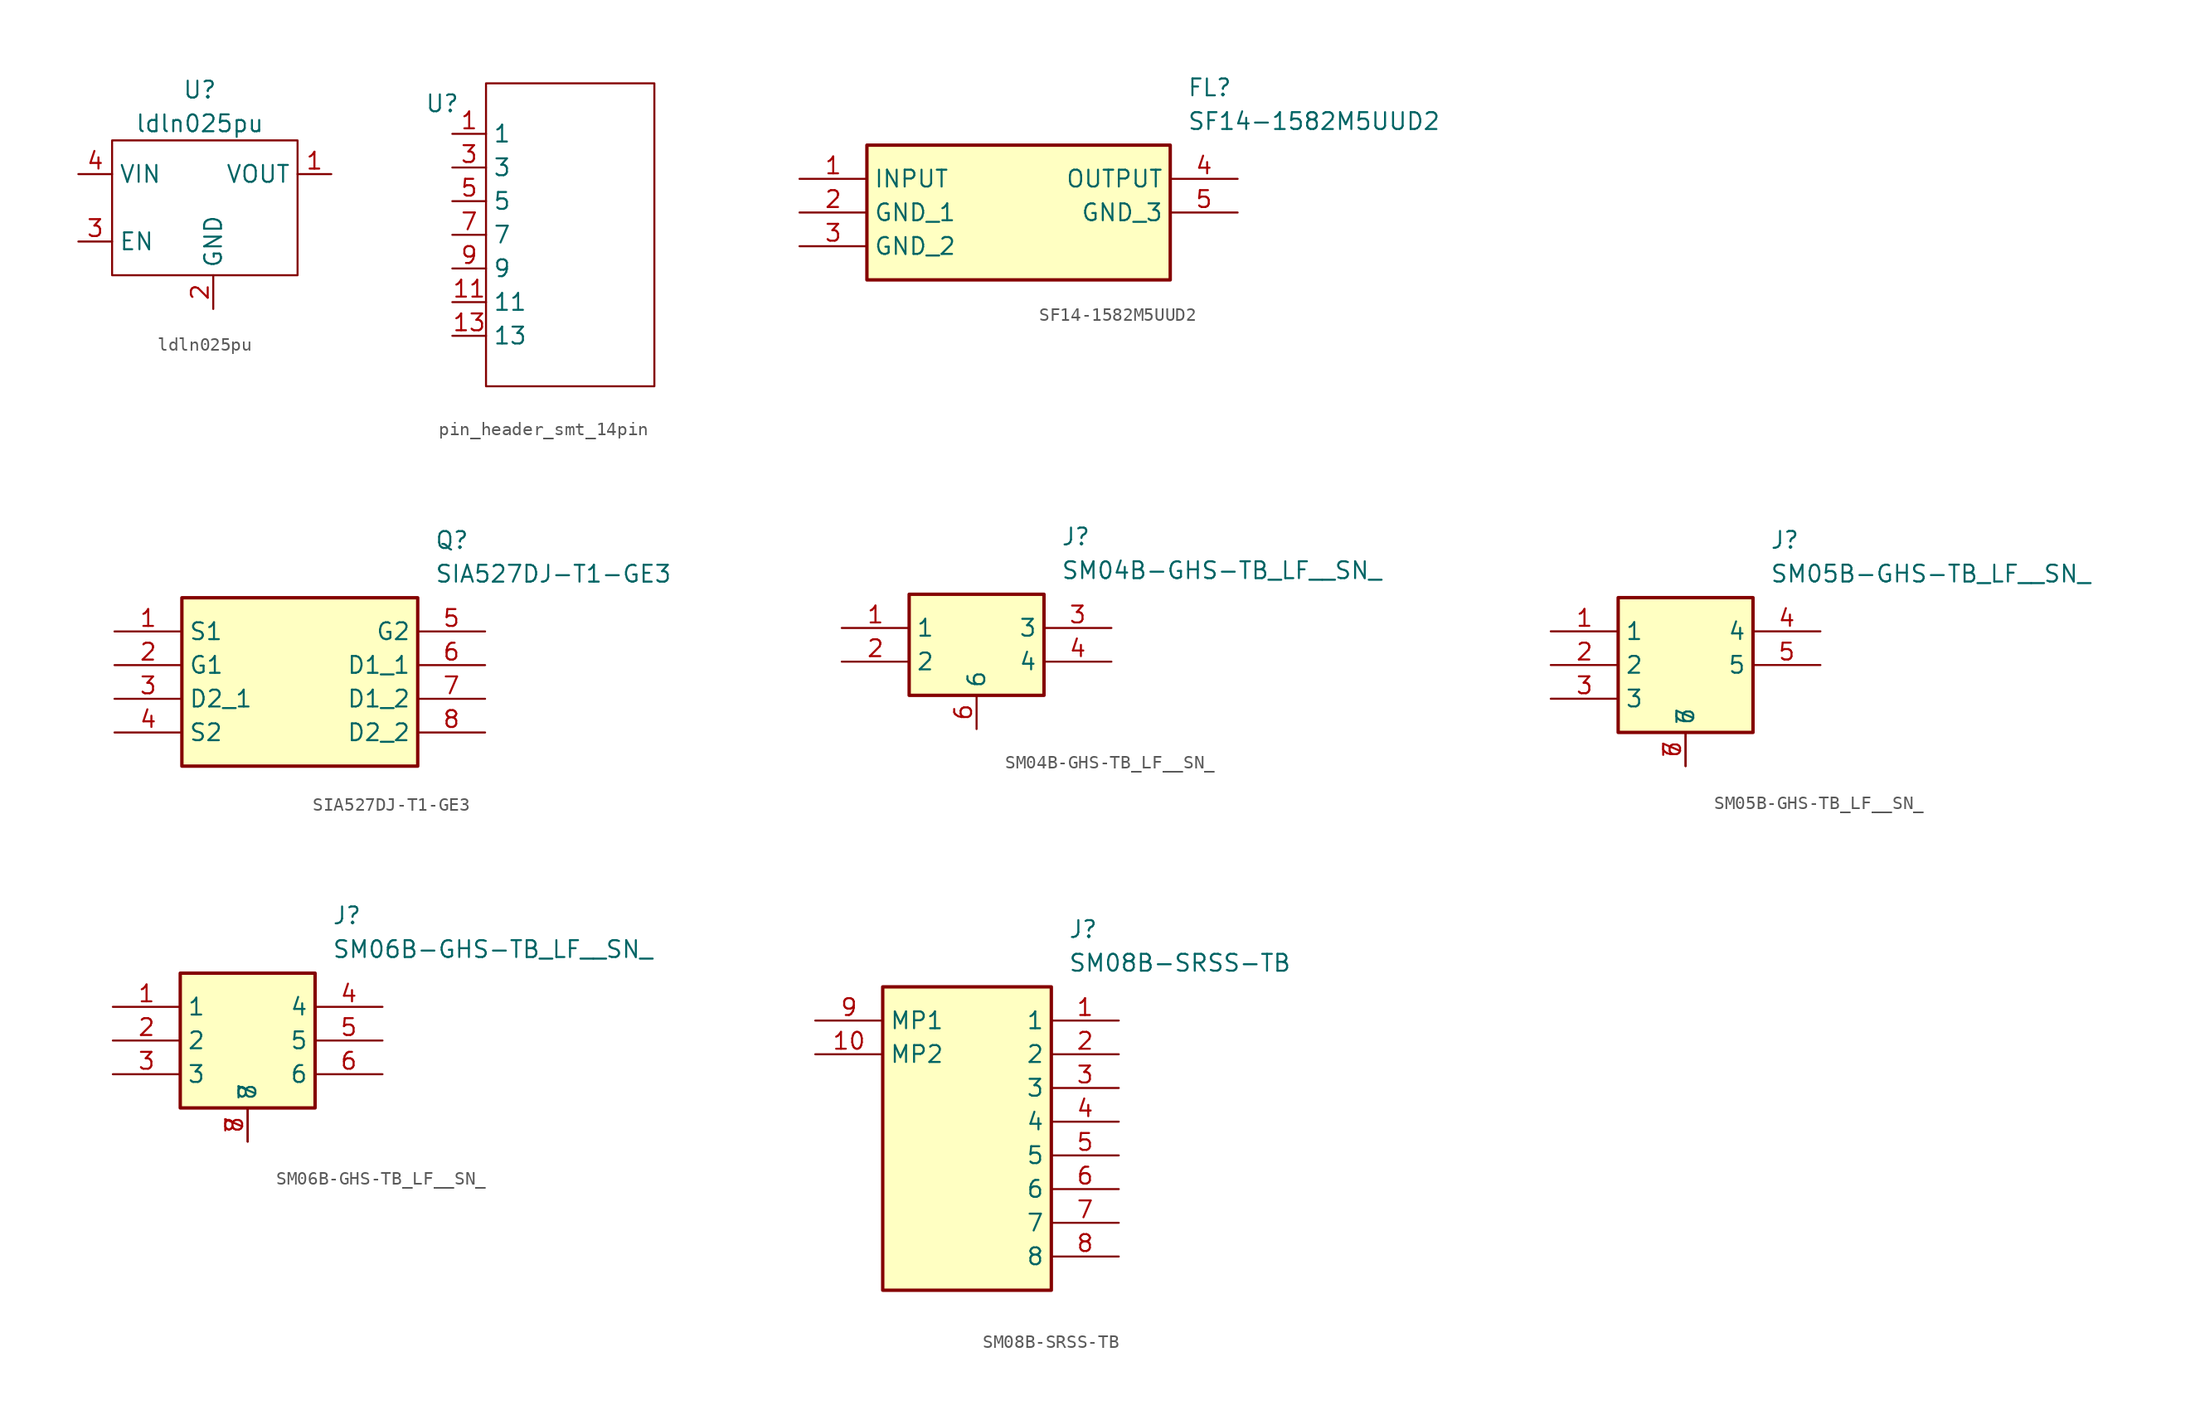
<source format=kicad_sym>
(kicad_symbol_lib
  (version 20241209)
  (generator "kicad_symbol_editor")
  (generator_version "9.0")
  (symbol "ldln025pu"
    (property "Reference" "U"
      (at 0.254 7.62 0)
      (effects (font (size 1.27 1.27))))
    (property "Value" "ldln025pu"
      (at 0.254 5.08 0)
      (effects (font (size 1.27 1.27))))
    (symbol "ldln025pu_0_1"
      (rectangle (start -6.35 3.81) (end 7.62 -6.35) (stroke (width 0) (type default)) (fill (type none))))
    (symbol "ldln025pu_1_1"
      (pin free line (at -8.89 1.27 0) (length 2.54) (name "VIN" (effects (font (size 1.27 1.27)))) (number "4" (effects (font (size 1.27 1.27)))))
      (pin free line (at -8.89 -3.81 0) (length 2.54) (name "EN" (effects (font (size 1.27 1.27)))) (number "3" (effects (font (size 1.27 1.27)))))
      (pin free line (at 1.27 -8.89 90) (length 2.54) (name "GND" (effects (font (size 1.27 1.27)))) (number "2" (effects (font (size 1.27 1.27)))))
      (pin free line (at 10.16 1.27 180) (length 2.54) (name "VOUT" (effects (font (size 1.27 1.27)))) (number "1" (effects (font (size 1.27 1.27)))))))
  (symbol "pin_header_smt_14pin"
    (property "Reference" "U"
      (at -9.652 4.826 0)
      (effects (font (size 1.27 1.27))))
    (property "Value" ""
      (at 0 0 0)
      (effects (font (size 1.27 1.27))))
    (symbol "pin_header_smt_14pin_0_1"
      (rectangle (start -6.35 6.35) (end 6.35 -16.51) (stroke (width 0) (type default)) (fill (type none))))
    (symbol "pin_header_smt_14pin_1_1"
      (pin free line (at -8.89 2.54 0) (length 2.54) (name "1" (effects (font (size 1.27 1.27)))) (number "1" (effects (font (size 1.27 1.27)))))
      (pin free line (at -8.89 2.54 0) (length 2.54) (hide yes) (name "2" (effects (font (size 1.27 1.27)))) (number "2" (effects (font (size 1.27 1.27)))))
      (pin free line (at -8.89 0 0) (length 2.54) (name "3" (effects (font (size 1.27 1.27)))) (number "3" (effects (font (size 1.27 1.27)))))
      (pin free line (at -8.89 0 0) (length 2.54) (hide yes) (name "4" (effects (font (size 1.27 1.27)))) (number "4" (effects (font (size 1.27 1.27)))))
      (pin free line (at -8.89 -2.54 0) (length 2.54) (name "5" (effects (font (size 1.27 1.27)))) (number "5" (effects (font (size 1.27 1.27)))))
      (pin free line (at -8.89 -2.54 0) (length 2.54) (hide yes) (name "6" (effects (font (size 1.27 1.27)))) (number "6" (effects (font (size 1.27 1.27)))))
      (pin free line (at -8.89 -5.08 0) (length 2.54) (name "7" (effects (font (size 1.27 1.27)))) (number "7" (effects (font (size 1.27 1.27)))))
      (pin free line (at -8.89 -5.08 0) (length 2.54) (hide yes) (name "8" (effects (font (size 1.27 1.27)))) (number "8" (effects (font (size 1.27 1.27)))))
      (pin free line (at -8.89 -7.62 0) (length 2.54) (hide yes) (name "10" (effects (font (size 1.27 1.27)))) (number "10" (effects (font (size 1.27 1.27)))))
      (pin free line (at -8.89 -7.62 0) (length 2.54) (name "9" (effects (font (size 1.27 1.27)))) (number "9" (effects (font (size 1.27 1.27)))))
      (pin free line (at -8.89 -10.16 0) (length 2.54) (name "11" (effects (font (size 1.27 1.27)))) (number "11" (effects (font (size 1.27 1.27)))))
      (pin free line (at -8.89 -10.16 0) (length 2.54) (hide yes) (name "12" (effects (font (size 1.27 1.27)))) (number "12" (effects (font (size 1.27 1.27)))))
      (pin free line (at -8.89 -12.7 0) (length 2.54) (name "13" (effects (font (size 1.27 1.27)))) (number "13" (effects (font (size 1.27 1.27)))))
      (pin free line (at -8.89 -12.7 0) (length 2.54) (hide yes) (name "14" (effects (font (size 1.27 1.27)))) (number "14" (effects (font (size 1.27 1.27)))))))
  (symbol "SF14-1582M5UUD2"
    (property "Reference" "FL"
      (at 29.21 7.62 0)
      (effects (font (size 1.27 1.27)) (justify left top)))
    (property "Value" "SF14-1582M5UUD2"
      (at 29.21 5.08 0)
      (effects (font (size 1.27 1.27)) (justify left top)))
    (symbol "SF14-1582M5UUD2_1_1"
      (rectangle (start 5.08 2.54) (end 27.94 -7.62) (stroke (width 0.254) (type default)) (fill (type background)))
      (pin passive line (at 0 0 0) (length 5.08) (name "INPUT" (effects (font (size 1.27 1.27)))) (number "1" (effects (font (size 1.27 1.27)))))
      (pin passive line (at 0 -2.54 0) (length 5.08) (name "GND_1" (effects (font (size 1.27 1.27)))) (number "2" (effects (font (size 1.27 1.27)))))
      (pin passive line (at 0 -5.08 0) (length 5.08) (name "GND_2" (effects (font (size 1.27 1.27)))) (number "3" (effects (font (size 1.27 1.27)))))
      (pin passive line (at 33.02 0 180) (length 5.08) (name "OUTPUT" (effects (font (size 1.27 1.27)))) (number "4" (effects (font (size 1.27 1.27)))))
      (pin passive line (at 33.02 -2.54 180) (length 5.08) (name "GND_3" (effects (font (size 1.27 1.27)))) (number "5" (effects (font (size 1.27 1.27)))))))
  (symbol "SIA527DJ-T1-GE3"
    (property "Reference" "Q"
      (at 24.13 7.62 0)
      (effects (font (size 1.27 1.27)) (justify left top)))
    (property "Value" "SIA527DJ-T1-GE3"
      (at 24.13 5.08 0)
      (effects (font (size 1.27 1.27)) (justify left top)))
    (symbol "SIA527DJ-T1-GE3_1_1"
      (rectangle (start 5.08 2.54) (end 22.86 -10.16) (stroke (width 0.254) (type default)) (fill (type background)))
      (pin passive line (at 0 0 0) (length 5.08) (name "S1" (effects (font (size 1.27 1.27)))) (number "1" (effects (font (size 1.27 1.27)))))
      (pin passive line (at 0 -2.54 0) (length 5.08) (name "G1" (effects (font (size 1.27 1.27)))) (number "2" (effects (font (size 1.27 1.27)))))
      (pin passive line (at 0 -5.08 0) (length 5.08) (name "D2_1" (effects (font (size 1.27 1.27)))) (number "3" (effects (font (size 1.27 1.27)))))
      (pin passive line (at 0 -7.62 0) (length 5.08) (name "S2" (effects (font (size 1.27 1.27)))) (number "4" (effects (font (size 1.27 1.27)))))
      (pin passive line (at 27.94 0 180) (length 5.08) (name "G2" (effects (font (size 1.27 1.27)))) (number "5" (effects (font (size 1.27 1.27)))))
      (pin passive line (at 27.94 -2.54 180) (length 5.08) (name "D1_1" (effects (font (size 1.27 1.27)))) (number "6" (effects (font (size 1.27 1.27)))))
      (pin passive line (at 27.94 -5.08 180) (length 5.08) (name "D1_2" (effects (font (size 1.27 1.27)))) (number "7" (effects (font (size 1.27 1.27)))))
      (pin passive line (at 27.94 -7.62 180) (length 5.08) (name "D2_2" (effects (font (size 1.27 1.27)))) (number "8" (effects (font (size 1.27 1.27)))))))
  (symbol "SM04B-GHS-TB_LF__SN_"
    (property "Reference" "J"
      (at 16.51 7.62 0)
      (effects (font (size 1.27 1.27)) (justify left top)))
    (property "Value" "SM04B-GHS-TB_LF__SN_"
      (at 16.51 5.08 0)
      (effects (font (size 1.27 1.27)) (justify left top)))
    (symbol "SM04B-GHS-TB_LF__SN__1_1"
      (rectangle (start 5.08 2.54) (end 15.24 -5.08) (stroke (width 0.254) (type default)) (fill (type background)))
      (pin passive line (at 0 0 0) (length 5.08) (name "1" (effects (font (size 1.27 1.27)))) (number "1" (effects (font (size 1.27 1.27)))))
      (pin passive line (at 0 -2.54 0) (length 5.08) (name "2" (effects (font (size 1.27 1.27)))) (number "2" (effects (font (size 1.27 1.27)))))
      (pin free line (at 10.16 -7.62 90) (length 2.54) (hide yes) (name "5" (effects (font (size 1.27 1.27)))) (number "5" (effects (font (size 1.27 1.27)))))
      (pin free line (at 10.16 -7.62 90) (length 2.54) (name "6" (effects (font (size 1.27 1.27)))) (number "6" (effects (font (size 1.27 1.27)))))
      (pin passive line (at 20.32 0 180) (length 5.08) (name "3" (effects (font (size 1.27 1.27)))) (number "3" (effects (font (size 1.27 1.27)))))
      (pin passive line (at 20.32 -2.54 180) (length 5.08) (name "4" (effects (font (size 1.27 1.27)))) (number "4" (effects (font (size 1.27 1.27)))))))
  (symbol "SM05B-GHS-TB_LF__SN_"
    (property "Reference" "J"
      (at 16.51 7.62 0)
      (effects (font (size 1.27 1.27)) (justify left top)))
    (property "Value" "SM05B-GHS-TB_LF__SN_"
      (at 16.51 5.08 0)
      (effects (font (size 1.27 1.27)) (justify left top)))
    (symbol "SM05B-GHS-TB_LF__SN__1_1"
      (rectangle (start 5.08 2.54) (end 15.24 -7.62) (stroke (width 0.254) (type default)) (fill (type background)))
      (pin passive line (at 0 0 0) (length 5.08) (name "1" (effects (font (size 1.27 1.27)))) (number "1" (effects (font (size 1.27 1.27)))))
      (pin passive line (at 0 -2.54 0) (length 5.08) (name "2" (effects (font (size 1.27 1.27)))) (number "2" (effects (font (size 1.27 1.27)))))
      (pin passive line (at 0 -5.08 0) (length 5.08) (name "3" (effects (font (size 1.27 1.27)))) (number "3" (effects (font (size 1.27 1.27)))))
      (pin free line (at 10.16 -10.16 90) (length 2.54) (name "6" (effects (font (size 1.27 1.27)))) (number "6" (effects (font (size 1.27 1.27)))))
      (pin free line (at 10.16 -10.16 90) (length 2.54) (name "7" (effects (font (size 1.27 1.27)))) (number "7" (effects (font (size 1.27 1.27)))))
      (pin passive line (at 20.32 0 180) (length 5.08) (name "4" (effects (font (size 1.27 1.27)))) (number "4" (effects (font (size 1.27 1.27)))))
      (pin passive line (at 20.32 -2.54 180) (length 5.08) (name "5" (effects (font (size 1.27 1.27)))) (number "5" (effects (font (size 1.27 1.27)))))))
  (symbol "SM06B-GHS-TB_LF__SN_"
    (property "Reference" "J"
      (at 16.51 7.62 0)
      (effects (font (size 1.27 1.27)) (justify left top)))
    (property "Value" "SM06B-GHS-TB_LF__SN_"
      (at 16.51 5.08 0)
      (effects (font (size 1.27 1.27)) (justify left top)))
    (symbol "SM06B-GHS-TB_LF__SN__1_1"
      (rectangle (start 5.08 2.54) (end 15.24 -7.62) (stroke (width 0.254) (type default)) (fill (type background)))
      (pin passive line (at 0 0 0) (length 5.08) (name "1" (effects (font (size 1.27 1.27)))) (number "1" (effects (font (size 1.27 1.27)))))
      (pin passive line (at 0 -2.54 0) (length 5.08) (name "2" (effects (font (size 1.27 1.27)))) (number "2" (effects (font (size 1.27 1.27)))))
      (pin passive line (at 0 -5.08 0) (length 5.08) (name "3" (effects (font (size 1.27 1.27)))) (number "3" (effects (font (size 1.27 1.27)))))
      (pin free line (at 10.16 -10.16 90) (length 2.54) (name "7" (effects (font (size 1.27 1.27)))) (number "7" (effects (font (size 1.27 1.27)))))
      (pin free line (at 10.16 -10.16 90) (length 2.54) (name "8" (effects (font (size 1.27 1.27)))) (number "8" (effects (font (size 1.27 1.27)))))
      (pin passive line (at 20.32 0 180) (length 5.08) (name "4" (effects (font (size 1.27 1.27)))) (number "4" (effects (font (size 1.27 1.27)))))
      (pin passive line (at 20.32 -2.54 180) (length 5.08) (name "5" (effects (font (size 1.27 1.27)))) (number "5" (effects (font (size 1.27 1.27)))))
      (pin passive line (at 20.32 -5.08 180) (length 5.08) (name "6" (effects (font (size 1.27 1.27)))) (number "6" (effects (font (size 1.27 1.27)))))))
  (symbol "SM08B-SRSS-TB"
    (property "Reference" "J"
      (at 19.05 7.62 0)
      (effects (font (size 1.27 1.27)) (justify left top)))
    (property "Value" "SM08B-SRSS-TB"
      (at 19.05 5.08 0)
      (effects (font (size 1.27 1.27)) (justify left top)))
    (symbol "SM08B-SRSS-TB_1_1"
      (rectangle (start 5.08 2.54) (end 17.78 -20.32) (stroke (width 0.254) (type default)) (fill (type background)))
      (pin passive line (at 0 0 0) (length 5.08) (name "MP1" (effects (font (size 1.27 1.27)))) (number "9" (effects (font (size 1.27 1.27)))))
      (pin passive line (at 0 -2.54 0) (length 5.08) (name "MP2" (effects (font (size 1.27 1.27)))) (number "10" (effects (font (size 1.27 1.27)))))
      (pin passive line (at 22.86 0 180) (length 5.08) (name "1" (effects (font (size 1.27 1.27)))) (number "1" (effects (font (size 1.27 1.27)))))
      (pin passive line (at 22.86 -2.54 180) (length 5.08) (name "2" (effects (font (size 1.27 1.27)))) (number "2" (effects (font (size 1.27 1.27)))))
      (pin passive line (at 22.86 -5.08 180) (length 5.08) (name "3" (effects (font (size 1.27 1.27)))) (number "3" (effects (font (size 1.27 1.27)))))
      (pin passive line (at 22.86 -7.62 180) (length 5.08) (name "4" (effects (font (size 1.27 1.27)))) (number "4" (effects (font (size 1.27 1.27)))))
      (pin passive line (at 22.86 -10.16 180) (length 5.08) (name "5" (effects (font (size 1.27 1.27)))) (number "5" (effects (font (size 1.27 1.27)))))
      (pin passive line (at 22.86 -12.7 180) (length 5.08) (name "6" (effects (font (size 1.27 1.27)))) (number "6" (effects (font (size 1.27 1.27)))))
      (pin passive line (at 22.86 -15.24 180) (length 5.08) (name "7" (effects (font (size 1.27 1.27)))) (number "7" (effects (font (size 1.27 1.27)))))
      (pin passive line (at 22.86 -17.78 180) (length 5.08) (name "8" (effects (font (size 1.27 1.27)))) (number "8" (effects (font (size 1.27 1.27))))))))
</source>
